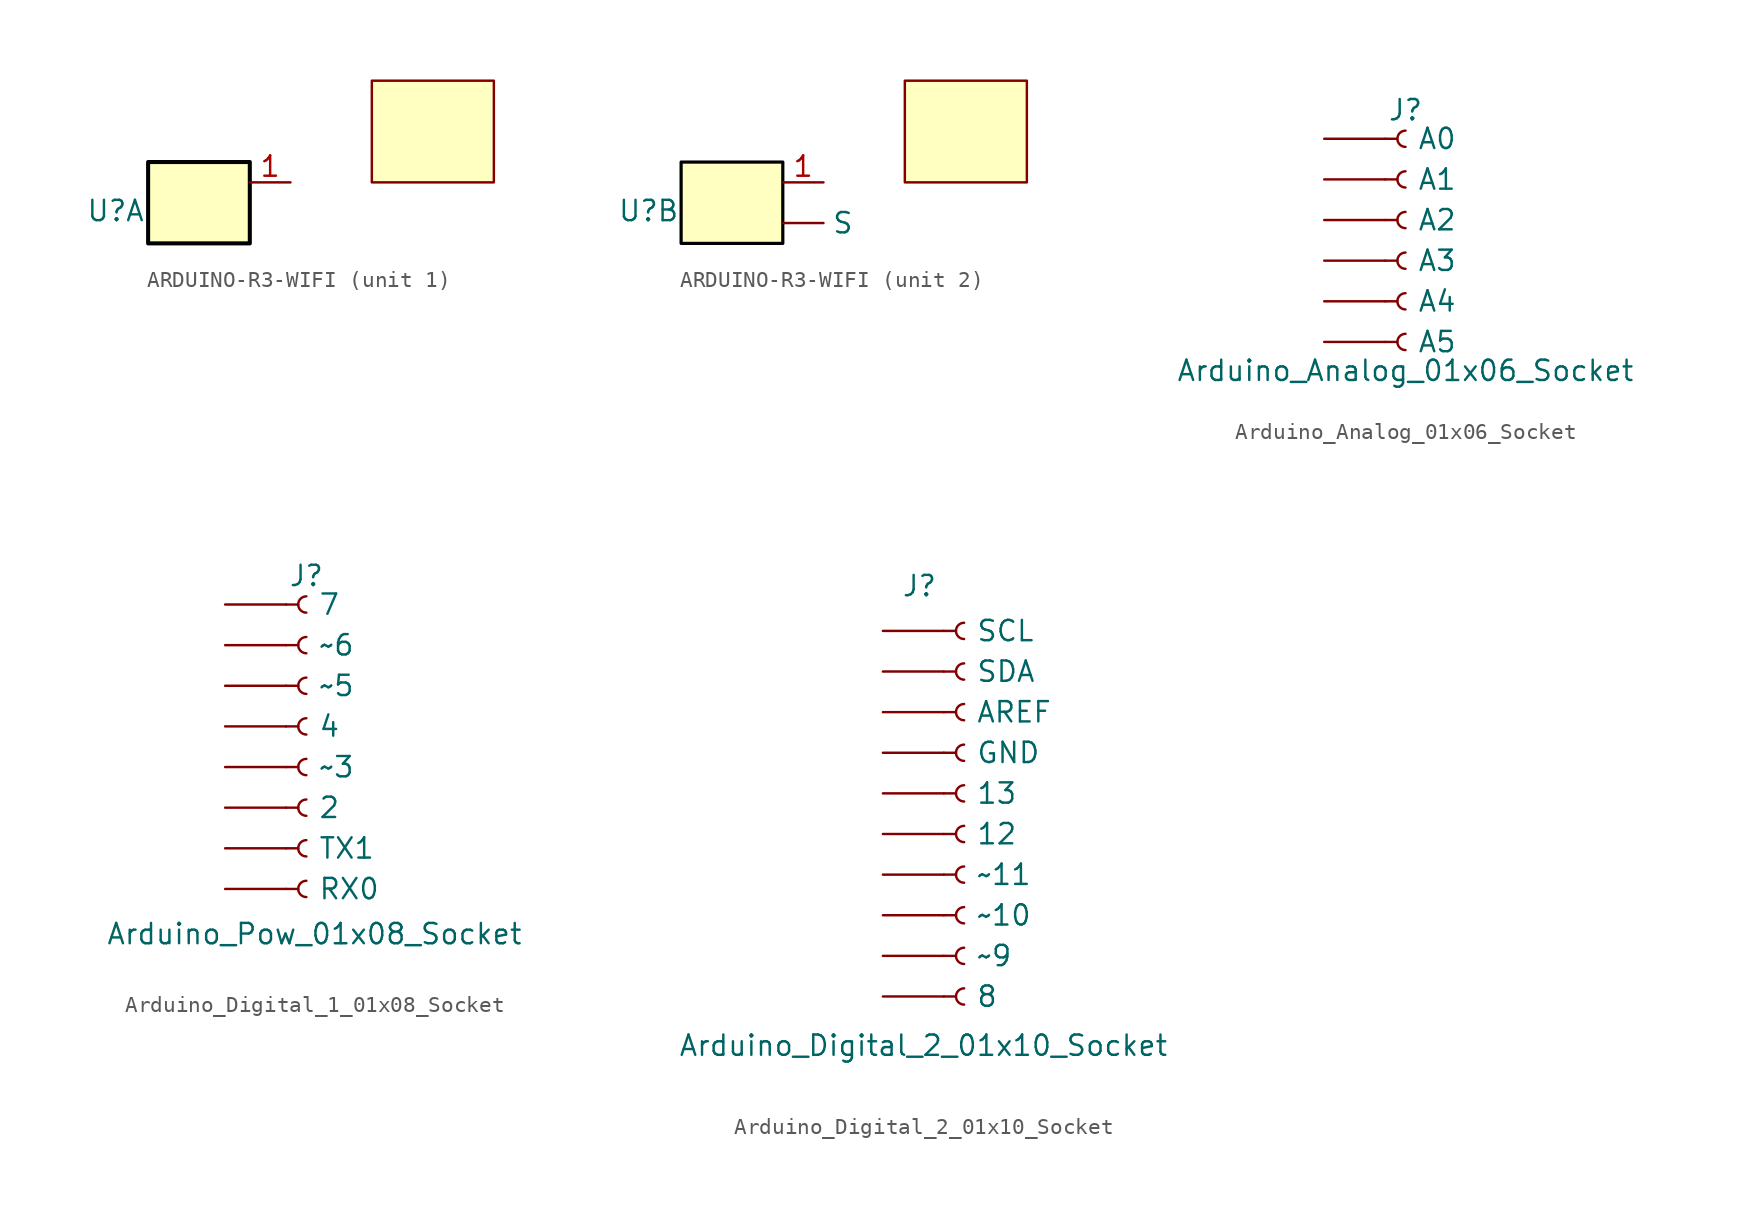
<source format=kicad_sym>
(kicad_symbol_lib
  (version 20231120)
  (generator "kicad_symbol_editor")
  (generator_version "8.0")
  (symbol "ARDUINO-R3-WIFI"
    (property "Reference" "U"
      (at -3.302 2.032 0)
      (effects (font (size 1.27 1.27))))
    (property "Value" ""
      (at 0 0 0)
      (effects (font (size 1.27 1.27))))
    (symbol "ARDUINO-R3-WIFI_0_1"
      (rectangle (start 12.7 10.16) (end 20.32 3.81) (stroke (width 0) (type default)) (fill (type background))))
    (symbol "ARDUINO-R3-WIFI_1_1"
      (rectangle (start -1.27 5.08) (end 5.08 0) (stroke (width 0.254) (type default) (color 0 0 0 1)) (fill (type background)))
      (pin input line (at 7.62 3.81 180) (length 2.54) (name "" (effects (font (size 1.27 1.27)))) (number "1" (effects (font (size 1.27 1.27))))))
    (symbol "ARDUINO-R3-WIFI_2_1"
      (rectangle (start -1.27 5.08) (end 5.08 0) (stroke (width 0.2) (type default) (color 0 0 0 1)) (fill (type background)))
      (pin input line (at 5.08 1.27 0) (length 2.54) (name "S" (effects (font (size 1.27 1.27)))) (number "" (effects (font (size 1.27 1.27)))))
      (pin input line (at 7.62 3.81 180) (length 2.54) (name "" (effects (font (size 1.27 1.27)))) (number "1" (effects (font (size 1.27 1.27)))))))
  (symbol "Arduino_Analog_01x06_Socket"
    (pin_numbers hide)
    (pin_names
      (offset 2))
    (property "Reference" "J"
      (at 0 7.62 0)
      (do_not_autoplace)
      (effects (font (size 1.27 1.27)) (justify top)))
    (property "Value" "Arduino_Analog_01x06_Socket"
      (at 0 -10.16 0)
      (do_not_autoplace)
      (effects (font (size 1.27 1.27)) (justify bottom)))
    (symbol "Arduino_Analog_01x06_Socket_1_1"
      (arc (start 0 -7.112) (mid -0.5058 -7.62) (end 0 -8.128) (stroke (width 0.1524) (type default)) (fill (type none)))
      (arc (start 0 -4.572) (mid -0.5058 -5.08) (end 0 -5.588) (stroke (width 0.1524) (type default)) (fill (type none)))
      (arc (start 0 -2.032) (mid -0.5058 -2.54) (end 0 -3.048) (stroke (width 0.1524) (type default)) (fill (type none)))
      (polyline (pts (xy -1.27 -7.62) (xy -0.508 -7.62)) (stroke (width 0.152) (type default)) (fill (type none)))
      (polyline (pts (xy -1.27 -5.08) (xy -0.508 -5.08)) (stroke (width 0.152) (type default)) (fill (type none)))
      (polyline (pts (xy -1.27 -2.54) (xy -0.508 -2.54)) (stroke (width 0.152) (type default)) (fill (type none)))
      (polyline (pts (xy -1.27 0) (xy -0.508 0)) (stroke (width 0.152) (type default)) (fill (type none)))
      (polyline (pts (xy -1.27 2.54) (xy -0.508 2.54)) (stroke (width 0.152) (type default)) (fill (type none)))
      (polyline (pts (xy -1.27 5.08) (xy -0.508 5.08)) (stroke (width 0.152) (type default)) (fill (type none)))
      (arc (start 0 0.508) (mid -0.5058 0) (end 0 -0.508) (stroke (width 0.1524) (type default)) (fill (type none)))
      (arc (start 0 3.048) (mid -0.5058 2.54) (end 0 2.032) (stroke (width 0.1524) (type default)) (fill (type none)))
      (arc (start 0 5.588) (mid -0.5058 5.08) (end 0 4.572) (stroke (width 0.1524) (type default)) (fill (type none)))
      (pin bidirectional line (at -5.08 5.08 0) (length 3.81) (name "A0" (effects (font (size 1.27 1.27)))) (number "1" (effects (font (size 1.27 1.27)))))
      (pin bidirectional line (at -5.08 2.54 0) (length 3.81) (name "A1" (effects (font (size 1.27 1.27)))) (number "2" (effects (font (size 1.27 1.27)))))
      (pin bidirectional line (at -5.08 0 0) (length 3.81) (name "A2" (effects (font (size 1.27 1.27)))) (number "3" (effects (font (size 1.27 1.27)))))
      (pin bidirectional line (at -5.08 -2.54 0) (length 3.81) (name "A3" (effects (font (size 1.27 1.27)))) (number "4" (effects (font (size 1.27 1.27)))))
      (pin bidirectional line (at -5.08 -5.08 0) (length 3.81) (name "A4" (effects (font (size 1.27 1.27)))) (number "5" (effects (font (size 1.27 1.27)))))
      (pin bidirectional line (at -5.08 -7.62 0) (length 3.81) (name "A5" (effects (font (size 1.27 1.27)))) (number "6" (effects (font (size 1.27 1.27)))))))
  (symbol "Arduino_Digital_1_01x08_Socket"
    (pin_numbers hide)
    (pin_names
      (offset 2))
    (property "Reference" "J"
      (at 0 10.16 0)
      (do_not_autoplace)
      (effects (font (size 1.27 1.27)) (justify top)))
    (property "Value" "Arduino_Pow_01x08_Socket"
      (at 0.508 -13.716 0)
      (do_not_autoplace)
      (effects (font (size 1.27 1.27)) (justify bottom)))
    (symbol "Arduino_Digital_1_01x08_Socket_1_1"
      (arc (start -0.0022 8.128) (mid -0.508 7.62) (end -0.0022 7.112) (stroke (width 0.1524) (type default)) (fill (type none)))
      (arc (start 0 -9.652) (mid -0.5058 -10.16) (end 0 -10.668) (stroke (width 0.1524) (type default)) (fill (type none)))
      (arc (start 0 -7.112) (mid -0.5058 -7.62) (end 0 -8.128) (stroke (width 0.1524) (type default)) (fill (type none)))
      (arc (start 0 -4.572) (mid -0.5058 -5.08) (end 0 -5.588) (stroke (width 0.1524) (type default)) (fill (type none)))
      (arc (start 0 -2.032) (mid -0.5058 -2.54) (end 0 -3.048) (stroke (width 0.1524) (type default)) (fill (type none)))
      (polyline (pts (xy -1.27 -10.16) (xy -0.508 -10.16)) (stroke (width 0.152) (type default)) (fill (type none)))
      (polyline (pts (xy -1.27 -7.62) (xy -0.508 -7.62)) (stroke (width 0.152) (type default)) (fill (type none)))
      (polyline (pts (xy -1.27 -5.08) (xy -0.508 -5.08)) (stroke (width 0.152) (type default)) (fill (type none)))
      (polyline (pts (xy -1.27 -2.54) (xy -0.508 -2.54)) (stroke (width 0.152) (type default)) (fill (type none)))
      (polyline (pts (xy -1.27 0) (xy -0.508 0)) (stroke (width 0.152) (type default)) (fill (type none)))
      (polyline (pts (xy -1.27 2.54) (xy -0.508 2.54)) (stroke (width 0.152) (type default)) (fill (type none)))
      (polyline (pts (xy -1.27 5.08) (xy -0.508 5.08)) (stroke (width 0.152) (type default)) (fill (type none)))
      (polyline (pts (xy -1.27 7.62) (xy -0.508 7.62)) (stroke (width 0.152) (type default)) (fill (type none)))
      (arc (start 0 0.508) (mid -0.5058 0) (end 0 -0.508) (stroke (width 0.1524) (type default)) (fill (type none)))
      (arc (start 0 3.048) (mid -0.5058 2.54) (end 0 2.032) (stroke (width 0.1524) (type default)) (fill (type none)))
      (arc (start 0 5.588) (mid -0.5058 5.08) (end 0 4.572) (stroke (width 0.1524) (type default)) (fill (type none)))
      (pin bidirectional line (at -5.08 7.62 0) (length 3.81) (name "7" (effects (font (size 1.27 1.27)))) (number "1" (effects (font (size 1.27 1.27)))))
      (pin bidirectional line (at -5.08 5.08 0) (length 3.81) (name "~6" (effects (font (size 1.27 1.27)))) (number "2" (effects (font (size 1.27 1.27)))))
      (pin bidirectional line (at -5.08 2.54 0) (length 3.81) (name "~5" (effects (font (size 1.27 1.27)))) (number "3" (effects (font (size 1.27 1.27)))))
      (pin bidirectional line (at -5.08 0 0) (length 3.81) (name "4" (effects (font (size 1.27 1.27)))) (number "4" (effects (font (size 1.27 1.27)))))
      (pin bidirectional line (at -5.08 -2.54 0) (length 3.81) (name "~3" (effects (font (size 1.27 1.27)))) (number "5" (effects (font (size 1.27 1.27)))))
      (pin bidirectional line (at -5.08 -5.08 0) (length 3.81) (name "2" (effects (font (size 1.27 1.27)))) (number "6" (effects (font (size 1.27 1.27)))))
      (pin bidirectional line (at -5.08 -7.62 0) (length 3.81) (name "TX1" (effects (font (size 1.27 1.27)))) (number "7" (effects (font (size 1.27 1.27)))))
      (pin bidirectional line (at -5.08 -10.16 0) (length 3.81) (name "RX0" (effects (font (size 1.27 1.27)))) (number "8" (effects (font (size 1.27 1.27)))))))
  (symbol "Arduino_Digital_2_01x10_Socket"
    (pin_numbers hide)
    (pin_names
      (offset 2))
    (property "Reference" "J"
      (at -0.254 14.986 0)
      (do_not_autoplace)
      (effects (font (size 1.27 1.27)) (justify top)))
    (property "Value" "Arduino_Digital_2_01x10_Socket"
      (at 0 -15.24 0)
      (do_not_autoplace)
      (effects (font (size 1.27 1.27)) (justify bottom)))
    (symbol "Arduino_Digital_2_01x10_Socket_1_1"
      (polyline (pts (xy 1.27 -11.43) (xy 2.032 -11.43)) (stroke (width 0.152) (type default)) (fill (type none)))
      (polyline (pts (xy 1.27 -8.89) (xy 2.032 -8.89)) (stroke (width 0.152) (type default)) (fill (type none)))
      (polyline (pts (xy 1.27 -6.35) (xy 2.032 -6.35)) (stroke (width 0.152) (type default)) (fill (type none)))
      (polyline (pts (xy 1.27 -3.81) (xy 2.032 -3.81)) (stroke (width 0.152) (type default)) (fill (type none)))
      (polyline (pts (xy 1.27 -1.27) (xy 2.032 -1.27)) (stroke (width 0.152) (type default)) (fill (type none)))
      (polyline (pts (xy 1.27 1.27) (xy 2.032 1.27)) (stroke (width 0.152) (type default)) (fill (type none)))
      (polyline (pts (xy 1.27 3.81) (xy 2.032 3.81)) (stroke (width 0.152) (type default)) (fill (type none)))
      (polyline (pts (xy 1.27 6.35) (xy 2.032 6.35)) (stroke (width 0.152) (type default)) (fill (type none)))
      (polyline (pts (xy 1.27 8.89) (xy 2.032 8.89)) (stroke (width 0.152) (type default)) (fill (type none)))
      (polyline (pts (xy 1.27 11.43) (xy 2.032 11.43)) (stroke (width 0.152) (type default)) (fill (type none)))
      (arc (start 2.54 -10.922) (mid 2.0342 -11.43) (end 2.54 -11.938) (stroke (width 0.1524) (type default)) (fill (type none)))
      (arc (start 2.54 -8.382) (mid 2.0342 -8.89) (end 2.54 -9.398) (stroke (width 0.1524) (type default)) (fill (type none)))
      (arc (start 2.54 -5.842) (mid 2.0342 -6.35) (end 2.54 -6.858) (stroke (width 0.1524) (type default)) (fill (type none)))
      (arc (start 2.54 -3.302) (mid 2.0342 -3.81) (end 2.54 -4.318) (stroke (width 0.1524) (type default)) (fill (type none)))
      (arc (start 2.54 -0.762) (mid 2.0342 -1.27) (end 2.54 -1.778) (stroke (width 0.1524) (type default)) (fill (type none)))
      (arc (start 2.54 1.778) (mid 2.0342 1.27) (end 2.54 0.762) (stroke (width 0.1524) (type default)) (fill (type none)))
      (arc (start 2.54 4.318) (mid 2.0342 3.81) (end 2.54 3.302) (stroke (width 0.1524) (type default)) (fill (type none)))
      (arc (start 2.54 6.858) (mid 2.0342 6.35) (end 2.54 5.842) (stroke (width 0.1524) (type default)) (fill (type none)))
      (arc (start 2.54 9.398) (mid 2.0342 8.89) (end 2.54 8.382) (stroke (width 0.1524) (type default)) (fill (type none)))
      (arc (start 2.54 11.938) (mid 2.0342 11.43) (end 2.54 10.922) (stroke (width 0.1524) (type default)) (fill (type none)))
      (pin output line (at -2.54 11.43 0) (length 3.81) (name "SCL" (effects (font (size 1.27 1.27)))) (number "1" (effects (font (size 1.27 1.27)))))
      (pin bidirectional line (at -2.54 -11.43 0) (length 3.81) (name "8" (effects (font (size 1.27 1.27)))) (number "10" (effects (font (size 1.27 1.27)))))
      (pin bidirectional line (at -2.54 8.89 0) (length 3.81) (name "SDA" (effects (font (size 1.27 1.27)))) (number "2" (effects (font (size 1.27 1.27)))))
      (pin input line (at -2.54 6.35 0) (length 3.81) (name "AREF" (effects (font (size 1.27 1.27)))) (number "3" (effects (font (size 1.27 1.27)))))
      (pin power_in line (at -2.54 3.81 0) (length 3.81) (name "GND" (effects (font (size 1.27 1.27)))) (number "4" (effects (font (size 1.27 1.27)))))
      (pin bidirectional line (at -2.54 1.27 0) (length 3.81) (name "13" (effects (font (size 1.27 1.27)))) (number "5" (effects (font (size 1.27 1.27)))))
      (pin bidirectional line (at -2.54 -1.27 0) (length 3.81) (name "12" (effects (font (size 1.27 1.27)))) (number "6" (effects (font (size 1.27 1.27)))))
      (pin bidirectional line (at -2.54 -3.81 0) (length 3.81) (name "~11" (effects (font (size 1.27 1.27)))) (number "7" (effects (font (size 1.27 1.27)))))
      (pin bidirectional line (at -2.54 -6.35 0) (length 3.81) (name "~10" (effects (font (size 1.27 1.27)))) (number "8" (effects (font (size 1.27 1.27)))))
      (pin bidirectional line (at -2.54 -8.89 0) (length 3.81) (name "~9" (effects (font (size 1.27 1.27)))) (number "9" (effects (font (size 1.27 1.27))))))))
</source>
